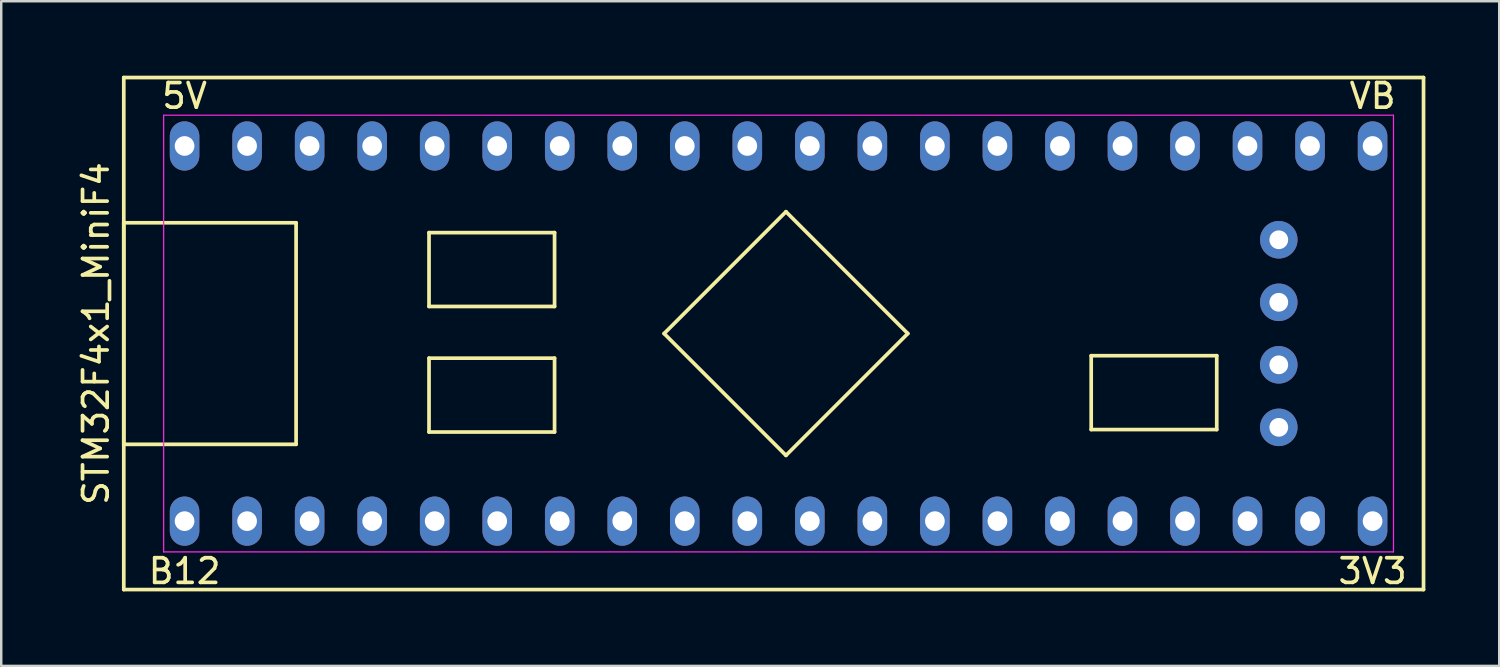
<source format=kicad_pcb>
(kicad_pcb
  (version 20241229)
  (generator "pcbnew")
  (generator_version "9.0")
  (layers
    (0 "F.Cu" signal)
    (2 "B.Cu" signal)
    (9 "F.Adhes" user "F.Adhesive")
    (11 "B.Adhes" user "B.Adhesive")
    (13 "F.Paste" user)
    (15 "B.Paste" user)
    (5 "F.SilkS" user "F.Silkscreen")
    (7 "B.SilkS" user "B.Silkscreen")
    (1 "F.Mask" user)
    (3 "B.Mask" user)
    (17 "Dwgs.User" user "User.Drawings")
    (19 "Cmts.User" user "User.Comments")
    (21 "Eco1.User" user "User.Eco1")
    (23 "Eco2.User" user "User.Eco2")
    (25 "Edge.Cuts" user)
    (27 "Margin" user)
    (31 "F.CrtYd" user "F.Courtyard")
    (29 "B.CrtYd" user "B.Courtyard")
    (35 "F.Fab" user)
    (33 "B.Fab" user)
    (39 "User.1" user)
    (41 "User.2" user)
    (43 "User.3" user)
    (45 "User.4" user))
  (footprint "STM32F4x1_MiniF4"
    (layer "F.Cu")
    (at 28.578 10.5)
    (property "Reference" "STM32F4x1_MiniF4" (at -27.73 0 90) (layer "F.SilkS") (effects (font (size 1 1) (thickness 0.15))))
    (attr through_hole)
    (fp_line (start -26.6 -10.4) (end 26.2 -10.4) (stroke (width 0.15) (type solid)) (layer "F.SilkS"))
    (fp_line (start -26.6 -4.5) (end -19.6 -4.5) (stroke (width 0.15) (type solid)) (layer "F.SilkS"))
    (fp_line (start -26.6 4.5) (end -26.6 -4.5) (stroke (width 0.15) (type solid)) (layer "F.SilkS"))
    (fp_line (start -26.6 10.4) (end -26.6 -10.4) (stroke (width 0.15) (type solid)) (layer "F.SilkS"))
    (fp_line (start -19.6 -4.5) (end -19.6 4.5) (stroke (width 0.15) (type solid)) (layer "F.SilkS"))
    (fp_line (start -19.6 4.5) (end -26.6 4.5) (stroke (width 0.15) (type solid)) (layer "F.SilkS"))
    (fp_line (start -14.2 -4.1) (end -9.1 -4.1) (stroke (width 0.15) (type solid)) (layer "F.SilkS"))
    (fp_line (start -14.2 -1.1) (end -14.2 -4.1) (stroke (width 0.15) (type solid)) (layer "F.SilkS"))
    (fp_line (start -14.2 1) (end -9.1 1) (stroke (width 0.15) (type solid)) (layer "F.SilkS"))
    (fp_line (start -14.2 4) (end -14.2 1) (stroke (width 0.15) (type solid)) (layer "F.SilkS"))
    (fp_line (start -9.1 -4.1) (end -9.1 -1.1) (stroke (width 0.15) (type solid)) (layer "F.SilkS"))
    (fp_line (start -9.1 -1.1) (end -14.2 -1.1) (stroke (width 0.15) (type solid)) (layer "F.SilkS"))
    (fp_line (start -9.1 1) (end -9.1 4) (stroke (width 0.15) (type solid)) (layer "F.SilkS"))
    (fp_line (start -9.1 4) (end -14.2 4) (stroke (width 0.15) (type solid)) (layer "F.SilkS"))
    (fp_line (start -4.65 0) (end 0.3 -4.95) (stroke (width 0.15) (type solid)) (layer "F.SilkS"))
    (fp_line (start 0.3 -4.95) (end 5.25 0) (stroke (width 0.15) (type solid)) (layer "F.SilkS"))
    (fp_line (start 0.3 4.95) (end -4.65 0) (stroke (width 0.15) (type solid)) (layer "F.SilkS"))
    (fp_line (start 5.25 0) (end 0.3 4.95) (stroke (width 0.15) (type solid)) (layer "F.SilkS"))
    (fp_line (start 12.7 0.9) (end 17.8 0.9) (stroke (width 0.15) (type solid)) (layer "F.SilkS"))
    (fp_line (start 12.7 3.9) (end 12.7 0.9) (stroke (width 0.15) (type solid)) (layer "F.SilkS"))
    (fp_line (start 17.8 0.9) (end 17.8 3.9) (stroke (width 0.15) (type solid)) (layer "F.SilkS"))
    (fp_line (start 17.8 3.9) (end 12.7 3.9) (stroke (width 0.15) (type solid)) (layer "F.SilkS"))
    (fp_line (start 26.2 -10.4) (end 26.2 10.4) (stroke (width 0.15) (type solid)) (layer "F.SilkS"))
    (fp_line (start 26.2 10.4) (end -26.6 10.4) (stroke (width 0.15) (type solid)) (layer "F.SilkS"))
    (fp_line (start -24.98 -8.87) (end 24.98 -8.87) (stroke (width 0.05) (type solid)) (layer "F.CrtYd"))
    (fp_line (start -24.98 8.87) (end -24.98 -8.87) (stroke (width 0.05) (type solid)) (layer "F.CrtYd"))
    (fp_line (start 24.98 -8.87) (end 24.98 8.87) (stroke (width 0.05) (type solid)) (layer "F.CrtYd"))
    (fp_line (start 24.98 8.87) (end -24.98 8.87) (stroke (width 0.05) (type solid)) (layer "F.CrtYd"))
    (fp_text user "3V3" (at 24.13 9.652 0) (layer "F.SilkS") (effects (font (size 1 1) (thickness 0.15))))
    (fp_text user "B12" (at -24.13 9.652 0) (layer "F.SilkS") (effects (font (size 1 1) (thickness 0.15))))
    (fp_text user "5V" (at -24.13 -9.652 0) (layer "F.SilkS") (effects (font (size 1 1) (thickness 0.15))))
    (fp_text user "VB" (at 24.13 -9.652 0) (layer "F.SilkS") (effects (font (size 1 1) (thickness 0.15))))
    (pad "1" thru_hole oval (at -24.13 7.62) (size 1.2 2) (drill 0.8) (layers "*.Cu" "*.Mask"))
    (pad "2" thru_hole oval (at -21.59 7.62) (size 1.2 2) (drill 0.8) (layers "*.Cu" "*.Mask"))
    (pad "3" thru_hole oval (at -19.05 7.62) (size 1.2 2) (drill 0.8) (layers "*.Cu" "*.Mask"))
    (pad "4" thru_hole oval (at -16.51 7.62) (size 1.2 2) (drill 0.8) (layers "*.Cu" "*.Mask"))
    (pad "5" thru_hole oval (at -13.97 7.62) (size 1.2 2) (drill 0.8) (layers "*.Cu" "*.Mask"))
    (pad "6" thru_hole oval (at -11.43 7.62) (size 1.2 2) (drill 0.8) (layers "*.Cu" "*.Mask"))
    (pad "7" thru_hole oval (at -8.89 7.62) (size 1.2 2) (drill 0.8) (layers "*.Cu" "*.Mask"))
    (pad "8" thru_hole oval (at -6.35 7.62) (size 1.2 2) (drill 0.8) (layers "*.Cu" "*.Mask"))
    (pad "9" thru_hole oval (at -3.81 7.62) (size 1.2 2) (drill 0.8) (layers "*.Cu" "*.Mask"))
    (pad "10" thru_hole oval (at -1.27 7.62) (size 1.2 2) (drill 0.8) (layers "*.Cu" "*.Mask"))
    (pad "11" thru_hole oval (at 1.27 7.62) (size 1.2 2) (drill 0.8) (layers "*.Cu" "*.Mask"))
    (pad "12" thru_hole oval (at 3.81 7.62) (size 1.2 2) (drill 0.8) (layers "*.Cu" "*.Mask"))
    (pad "13" thru_hole oval (at 6.35 7.62) (size 1.2 2) (drill 0.8) (layers "*.Cu" "*.Mask"))
    (pad "14" thru_hole oval (at 8.89 7.62) (size 1.2 2) (drill 0.8) (layers "*.Cu" "*.Mask"))
    (pad "15" thru_hole oval (at 11.43 7.62) (size 1.2 2) (drill 0.8) (layers "*.Cu" "*.Mask"))
    (pad "16" thru_hole oval (at 13.97 7.62) (size 1.2 2) (drill 0.8) (layers "*.Cu" "*.Mask"))
    (pad "17" thru_hole oval (at 16.51 7.62) (size 1.2 2) (drill 0.8) (layers "*.Cu" "*.Mask"))
    (pad "18" thru_hole oval (at 19.05 7.62) (size 1.2 2) (drill 0.8) (layers "*.Cu" "*.Mask"))
    (pad "19" thru_hole oval (at 21.59 7.62) (size 1.2 2) (drill 0.8) (layers "*.Cu" "*.Mask"))
    (pad "20" thru_hole oval (at 24.13 7.62) (size 1.2 2) (drill 0.8) (layers "*.Cu" "*.Mask"))
    (pad "21" thru_hole oval (at 24.13 -7.62) (size 1.2 2) (drill 0.8) (layers "*.Cu" "*.Mask"))
    (pad "22" thru_hole oval (at 21.59 -7.62) (size 1.2 2) (drill 0.8) (layers "*.Cu" "*.Mask"))
    (pad "23" thru_hole oval (at 19.05 -7.62) (size 1.2 2) (drill 0.8) (layers "*.Cu" "*.Mask"))
    (pad "24" thru_hole oval (at 16.51 -7.62) (size 1.2 2) (drill 0.8) (layers "*.Cu" "*.Mask"))
    (pad "25" thru_hole oval (at 13.97 -7.62) (size 1.2 2) (drill 0.8) (layers "*.Cu" "*.Mask"))
    (pad "26" thru_hole oval (at 11.43 -7.62) (size 1.2 2) (drill 0.8) (layers "*.Cu" "*.Mask"))
    (pad "27" thru_hole oval (at 8.89 -7.62) (size 1.2 2) (drill 0.8) (layers "*.Cu" "*.Mask"))
    (pad "28" thru_hole oval (at 6.35 -7.62) (size 1.2 2) (drill 0.8) (layers "*.Cu" "*.Mask"))
    (pad "29" thru_hole oval (at 3.81 -7.62) (size 1.2 2) (drill 0.8) (layers "*.Cu" "*.Mask"))
    (pad "30" thru_hole oval (at 1.27 -7.62) (size 1.2 2) (drill 0.8) (layers "*.Cu" "*.Mask"))
    (pad "31" thru_hole oval (at -1.27 -7.62) (size 1.2 2) (drill 0.8) (layers "*.Cu" "*.Mask"))
    (pad "32" thru_hole oval (at -3.81 -7.62) (size 1.2 2) (drill 0.8) (layers "*.Cu" "*.Mask"))
    (pad "33" thru_hole oval (at -6.35 -7.62) (size 1.2 2) (drill 0.8) (layers "*.Cu" "*.Mask"))
    (pad "34" thru_hole oval (at -8.89 -7.62) (size 1.2 2) (drill 0.8) (layers "*.Cu" "*.Mask"))
    (pad "35" thru_hole oval (at -11.43 -7.62) (size 1.2 2) (drill 0.8) (layers "*.Cu" "*.Mask"))
    (pad "36" thru_hole oval (at -13.97 -7.62) (size 1.2 2) (drill 0.8) (layers "*.Cu" "*.Mask"))
    (pad "37" thru_hole oval (at -16.51 -7.62) (size 1.2 2) (drill 0.8) (layers "*.Cu" "*.Mask"))
    (pad "38" thru_hole oval (at -19.05 -7.62) (size 1.2 2) (drill 0.8) (layers "*.Cu" "*.Mask"))
    (pad "39" thru_hole oval (at -21.59 -7.62) (size 1.2 2) (drill 0.8) (layers "*.Cu" "*.Mask"))
    (pad "40" thru_hole oval (at -24.13 -7.62) (size 1.2 2) (drill 0.8) (layers "*.Cu" "*.Mask"))
    (pad "41" thru_hole circle (at 20.32 3.81) (size 1.524 1.524) (drill 0.762) (layers "*.Cu" "*.Mask"))
    (pad "42" thru_hole circle (at 20.32 1.27) (size 1.524 1.524) (drill 0.762) (layers "*.Cu" "*.Mask"))
    (pad "43" thru_hole circle (at 20.32 -1.27) (size 1.524 1.524) (drill 0.762) (layers "*.Cu" "*.Mask"))
    (pad "44" thru_hole circle (at 20.32 -3.81) (size 1.524 1.524) (drill 0.762) (layers "*.Cu" "*.Mask")))
  (gr_rect
    (start -3 -3)
    (end 57.853 24)
    (stroke (width 0.1) (type default))
    (fill no)
    (layer "Edge.Cuts")))
</source>
